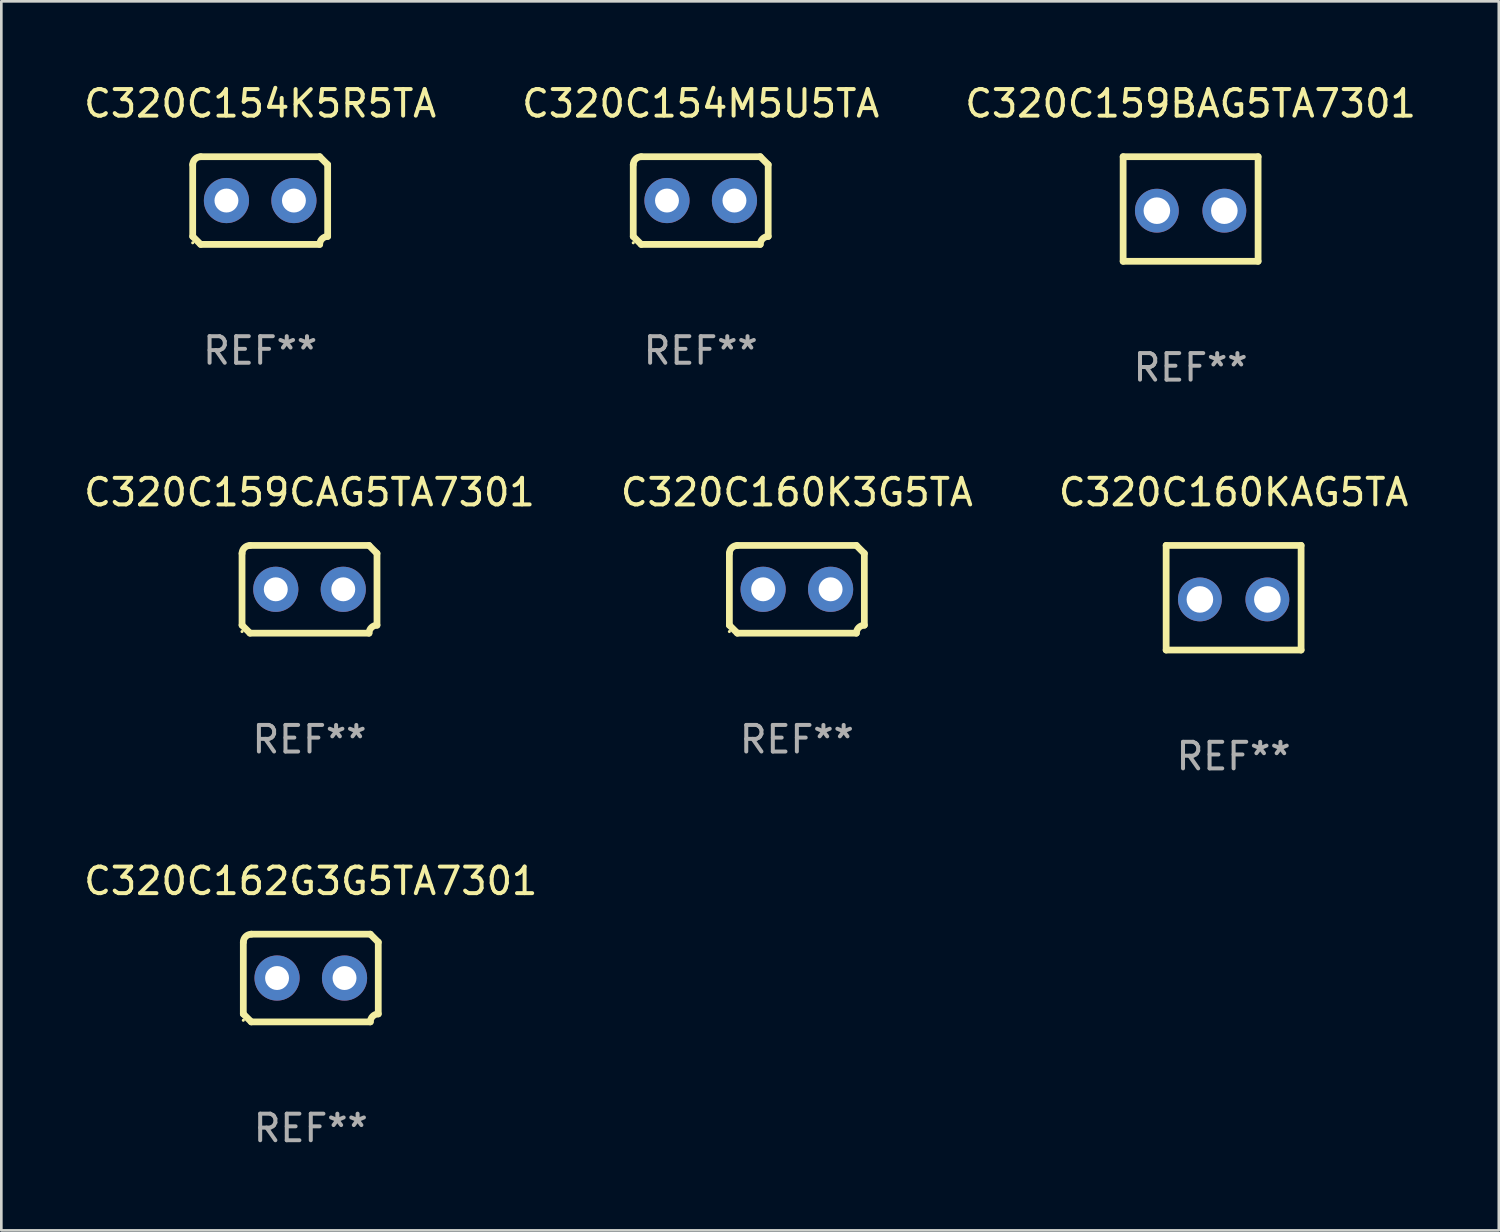
<source format=kicad_pcb>
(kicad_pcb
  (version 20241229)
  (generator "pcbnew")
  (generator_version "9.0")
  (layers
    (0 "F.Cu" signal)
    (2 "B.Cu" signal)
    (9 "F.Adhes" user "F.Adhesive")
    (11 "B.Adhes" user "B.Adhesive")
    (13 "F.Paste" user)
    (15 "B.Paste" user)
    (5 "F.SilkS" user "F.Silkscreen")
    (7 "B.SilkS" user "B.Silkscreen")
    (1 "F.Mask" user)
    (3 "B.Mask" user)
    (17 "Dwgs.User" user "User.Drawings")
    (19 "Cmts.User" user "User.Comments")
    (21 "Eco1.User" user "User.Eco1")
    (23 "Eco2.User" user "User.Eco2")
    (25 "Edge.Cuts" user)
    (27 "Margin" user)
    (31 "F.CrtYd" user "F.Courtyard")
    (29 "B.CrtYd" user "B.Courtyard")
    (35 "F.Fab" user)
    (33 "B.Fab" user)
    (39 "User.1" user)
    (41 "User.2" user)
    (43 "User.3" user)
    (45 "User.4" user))
  (footprint "C320C160K3G5TA"
    (layer "F.Cu")
    (at 26.946 19.133)
    (property "Reference" "C320C160K3G5TA" (at 0 -3.651 0) (layer "F.SilkS") (effects (font (size 1 1) (thickness 0.15))))
    (attr through_hole)
    (fp_line (start -2.54 -1.351) (end -2.54 1.351) (stroke (width 0.254) (type solid)) (layer "F.SilkS"))
    (fp_line (start -2.24 -1.651) (end 2.24 -1.651) (stroke (width 0.254) (type solid)) (layer "F.SilkS"))
    (fp_line (start 2.24 1.651) (end -2.24 1.651) (stroke (width 0.254) (type solid)) (layer "F.SilkS"))
    (fp_line (start 2.54 1.351) (end 2.54 -1.351) (stroke (width 0.254) (type solid)) (layer "F.SilkS"))
    (fp_arc (start -2.540005 -1.351283) (mid -2.450115 -1.561309) (end -2.240005 -1.651003) (stroke (width 0.254001) (type solid)) (layer "F.SilkS"))
    (fp_arc (start -2.240287 1.651001) (mid -2.390163 1.501019) (end -2.540005 1.351003) (stroke (width 0.254001) (type solid)) (layer "F.SilkS"))
    (fp_arc (start 2.240005 1.651003) (mid 2.329934 1.441015) (end 2.540005 1.351282) (stroke (width 0.254001) (type solid)) (layer "F.SilkS"))
    (fp_arc (start 2.540005 -1.351003) (mid 2.389393 -1.500252) (end 2.240284 -1.651003) (stroke (width 0.254001) (type solid)) (layer "F.SilkS"))
    (fp_circle (center -2.54 1.59) (end -2.51 1.59) (stroke (width 0.06) (type solid)) (fill no) (layer "F.SilkS"))
    (fp_text user "REF**" (at 0 5.651 0) (layer "F.Fab") (effects (font (size 1 1) (thickness 0.15))))
    (pad "1" thru_hole circle (at -1.27 0) (size 1.7 1.7) (drill 0.9) (layers "*.Cu" "*.Mask"))
    (pad "2" thru_hole circle (at 1.27 0) (size 1.7 1.7) (drill 0.9) (layers "*.Cu" "*.Mask")))
  (footprint "C320C154M5U5TA"
    (layer "F.Cu")
    (at 23.327 4.499)
    (property "Reference" "C320C154M5U5TA" (at 0 -3.651 0) (layer "F.SilkS") (effects (font (size 1 1) (thickness 0.15))))
    (attr through_hole)
    (fp_line (start -2.54 -1.351) (end -2.54 1.351) (stroke (width 0.254) (type solid)) (layer "F.SilkS"))
    (fp_line (start -2.24 -1.651) (end 2.24 -1.651) (stroke (width 0.254) (type solid)) (layer "F.SilkS"))
    (fp_line (start 2.24 1.651) (end -2.24 1.651) (stroke (width 0.254) (type solid)) (layer "F.SilkS"))
    (fp_line (start 2.54 1.351) (end 2.54 -1.351) (stroke (width 0.254) (type solid)) (layer "F.SilkS"))
    (fp_arc (start -2.540005 -1.351283) (mid -2.450115 -1.561309) (end -2.240005 -1.651003) (stroke (width 0.254001) (type solid)) (layer "F.SilkS"))
    (fp_arc (start -2.240287 1.651001) (mid -2.390163 1.501019) (end -2.540005 1.351003) (stroke (width 0.254001) (type solid)) (layer "F.SilkS"))
    (fp_arc (start 2.240005 1.651003) (mid 2.329934 1.441015) (end 2.540005 1.351282) (stroke (width 0.254001) (type solid)) (layer "F.SilkS"))
    (fp_arc (start 2.540005 -1.351003) (mid 2.389393 -1.500252) (end 2.240284 -1.651003) (stroke (width 0.254001) (type solid)) (layer "F.SilkS"))
    (fp_circle (center -2.54 1.59) (end -2.51 1.59) (stroke (width 0.06) (type solid)) (fill no) (layer "F.SilkS"))
    (fp_text user "REF**" (at 0 5.651 0) (layer "F.Fab") (effects (font (size 1 1) (thickness 0.15))))
    (pad "1" thru_hole circle (at -1.27 0) (size 1.7 1.7) (drill 0.9) (layers "*.Cu" "*.Mask"))
    (pad "2" thru_hole circle (at 1.27 0) (size 1.7 1.7) (drill 0.9) (layers "*.Cu" "*.Mask")))
  (footprint "C320C159CAG5TA7301"
    (layer "F.Cu")
    (at 8.601 19.133)
    (property "Reference" "C320C159CAG5TA7301" (at 0 -3.651 0) (layer "F.SilkS") (effects (font (size 1 1) (thickness 0.15))))
    (attr through_hole)
    (fp_line (start -2.54 -1.351) (end -2.54 1.351) (stroke (width 0.254) (type solid)) (layer "F.SilkS"))
    (fp_line (start -2.24 -1.651) (end 2.24 -1.651) (stroke (width 0.254) (type solid)) (layer "F.SilkS"))
    (fp_line (start 2.24 1.651) (end -2.24 1.651) (stroke (width 0.254) (type solid)) (layer "F.SilkS"))
    (fp_line (start 2.54 1.351) (end 2.54 -1.351) (stroke (width 0.254) (type solid)) (layer "F.SilkS"))
    (fp_arc (start -2.540005 -1.351283) (mid -2.450115 -1.561309) (end -2.240005 -1.651003) (stroke (width 0.254001) (type solid)) (layer "F.SilkS"))
    (fp_arc (start -2.240287 1.651001) (mid -2.390163 1.501019) (end -2.540005 1.351003) (stroke (width 0.254001) (type solid)) (layer "F.SilkS"))
    (fp_arc (start 2.240005 1.651003) (mid 2.329934 1.441015) (end 2.540005 1.351282) (stroke (width 0.254001) (type solid)) (layer "F.SilkS"))
    (fp_arc (start 2.540005 -1.351003) (mid 2.389393 -1.500252) (end 2.240284 -1.651003) (stroke (width 0.254001) (type solid)) (layer "F.SilkS"))
    (fp_circle (center -2.54 1.59) (end -2.51 1.59) (stroke (width 0.06) (type solid)) (fill no) (layer "F.SilkS"))
    (fp_text user "REF**" (at 0 5.651 0) (layer "F.Fab") (effects (font (size 1 1) (thickness 0.15))))
    (pad "1" thru_hole circle (at -1.27 0) (size 1.7 1.7) (drill 0.9) (layers "*.Cu" "*.Mask"))
    (pad "2" thru_hole circle (at 1.27 0) (size 1.7 1.7) (drill 0.9) (layers "*.Cu" "*.Mask")))
  (footprint "C320C162G3G5TA7301"
    (layer "F.Cu")
    (at 8.649 33.766)
    (property "Reference" "C320C162G3G5TA7301" (at 0 -3.651 0) (layer "F.SilkS") (effects (font (size 1 1) (thickness 0.15))))
    (attr through_hole)
    (fp_line (start -2.54 -1.351) (end -2.54 1.351) (stroke (width 0.254) (type solid)) (layer "F.SilkS"))
    (fp_line (start -2.24 -1.651) (end 2.24 -1.651) (stroke (width 0.254) (type solid)) (layer "F.SilkS"))
    (fp_line (start 2.24 1.651) (end -2.24 1.651) (stroke (width 0.254) (type solid)) (layer "F.SilkS"))
    (fp_line (start 2.54 1.351) (end 2.54 -1.351) (stroke (width 0.254) (type solid)) (layer "F.SilkS"))
    (fp_arc (start -2.540005 -1.351283) (mid -2.450115 -1.561309) (end -2.240005 -1.651003) (stroke (width 0.254001) (type solid)) (layer "F.SilkS"))
    (fp_arc (start -2.240287 1.651001) (mid -2.390163 1.501019) (end -2.540005 1.351003) (stroke (width 0.254001) (type solid)) (layer "F.SilkS"))
    (fp_arc (start 2.240005 1.651003) (mid 2.329934 1.441015) (end 2.540005 1.351282) (stroke (width 0.254001) (type solid)) (layer "F.SilkS"))
    (fp_arc (start 2.540005 -1.351003) (mid 2.389393 -1.500252) (end 2.240284 -1.651003) (stroke (width 0.254001) (type solid)) (layer "F.SilkS"))
    (fp_circle (center -2.54 1.59) (end -2.51 1.59) (stroke (width 0.06) (type solid)) (fill no) (layer "F.SilkS"))
    (fp_text user "REF**" (at 0 5.651 0) (layer "F.Fab") (effects (font (size 1 1) (thickness 0.15))))
    (pad "1" thru_hole circle (at -1.27 0) (size 1.7 1.7) (drill 0.9) (layers "*.Cu" "*.Mask"))
    (pad "2" thru_hole circle (at 1.27 0) (size 1.7 1.7) (drill 0.9) (layers "*.Cu" "*.Mask")))
  (footprint "C320C154K5R5TA"
    (layer "F.Cu")
    (at 6.744 4.499)
    (property "Reference" "C320C154K5R5TA" (at 0 -3.651 0) (layer "F.SilkS") (effects (font (size 1 1) (thickness 0.15))))
    (attr through_hole)
    (fp_line (start -2.54 -1.351) (end -2.54 1.351) (stroke (width 0.254) (type solid)) (layer "F.SilkS"))
    (fp_line (start -2.24 -1.651) (end 2.24 -1.651) (stroke (width 0.254) (type solid)) (layer "F.SilkS"))
    (fp_line (start 2.24 1.651) (end -2.24 1.651) (stroke (width 0.254) (type solid)) (layer "F.SilkS"))
    (fp_line (start 2.54 1.351) (end 2.54 -1.351) (stroke (width 0.254) (type solid)) (layer "F.SilkS"))
    (fp_arc (start -2.540005 -1.351283) (mid -2.450115 -1.561309) (end -2.240005 -1.651003) (stroke (width 0.254001) (type solid)) (layer "F.SilkS"))
    (fp_arc (start -2.240287 1.651001) (mid -2.390163 1.501019) (end -2.540005 1.351003) (stroke (width 0.254001) (type solid)) (layer "F.SilkS"))
    (fp_arc (start 2.240005 1.651003) (mid 2.329934 1.441015) (end 2.540005 1.351282) (stroke (width 0.254001) (type solid)) (layer "F.SilkS"))
    (fp_arc (start 2.540005 -1.351003) (mid 2.389393 -1.500252) (end 2.240284 -1.651003) (stroke (width 0.254001) (type solid)) (layer "F.SilkS"))
    (fp_circle (center -2.54 1.59) (end -2.51 1.59) (stroke (width 0.06) (type solid)) (fill no) (layer "F.SilkS"))
    (fp_text user "REF**" (at 0 5.651 0) (layer "F.Fab") (effects (font (size 1 1) (thickness 0.15))))
    (pad "1" thru_hole circle (at -1.27 0) (size 1.7 1.7) (drill 0.9) (layers "*.Cu" "*.Mask"))
    (pad "2" thru_hole circle (at 1.27 0) (size 1.7 1.7) (drill 0.9) (layers "*.Cu" "*.Mask")))
  (footprint "C320C159BAG5TA7301"
    (layer "F.Cu")
    (at 41.768 4.817)
    (property "Reference" "C320C159BAG5TA7301" (at 0 -3.969 0) (layer "F.SilkS") (effects (font (size 1 1) (thickness 0.15))))
    (attr through_hole)
    (fp_line (start -2.54 -1.969) (end -2.54 1.969) (stroke (width 0.254) (type solid)) (layer "F.SilkS"))
    (fp_line (start -2.54 1.969) (end 2.54 1.969) (stroke (width 0.254) (type solid)) (layer "F.SilkS"))
    (fp_line (start 2.54 -1.969) (end -2.54 -1.969) (stroke (width 0.254) (type solid)) (layer "F.SilkS"))
    (fp_line (start 2.54 1.969) (end 2.54 -1.969) (stroke (width 0.254) (type solid)) (layer "F.SilkS"))
    (fp_circle (center -2.55 1.963) (end -2.52 1.963) (stroke (width 0.06) (type solid)) (fill no) (layer "F.SilkS"))
    (fp_text user "REF**" (at 0 5.969 0) (layer "F.Fab") (effects (font (size 1 1) (thickness 0.15))))
    (pad "1" thru_hole circle (at -1.27 0.064) (size 1.65 1.65) (drill 1) (layers "*.Cu" "*.Mask"))
    (pad "2" thru_hole circle (at 1.27 0.064) (size 1.65 1.65) (drill 1) (layers "*.Cu" "*.Mask")))
  (footprint "C320C160KAG5TA"
    (layer "F.Cu")
    (at 43.387 19.45)
    (property "Reference" "C320C160KAG5TA" (at 0 -3.969 0) (layer "F.SilkS") (effects (font (size 1 1) (thickness 0.15))))
    (attr through_hole)
    (fp_line (start -2.54 -1.969) (end -2.54 1.969) (stroke (width 0.254) (type solid)) (layer "F.SilkS"))
    (fp_line (start -2.54 1.969) (end 2.54 1.969) (stroke (width 0.254) (type solid)) (layer "F.SilkS"))
    (fp_line (start 2.54 -1.969) (end -2.54 -1.969) (stroke (width 0.254) (type solid)) (layer "F.SilkS"))
    (fp_line (start 2.54 1.969) (end 2.54 -1.969) (stroke (width 0.254) (type solid)) (layer "F.SilkS"))
    (fp_circle (center -2.55 1.963) (end -2.52 1.963) (stroke (width 0.06) (type solid)) (fill no) (layer "F.SilkS"))
    (fp_text user "REF**" (at 0 5.969 0) (layer "F.Fab") (effects (font (size 1 1) (thickness 0.15))))
    (pad "1" thru_hole circle (at -1.27 0.064) (size 1.65 1.65) (drill 1) (layers "*.Cu" "*.Mask"))
    (pad "2" thru_hole circle (at 1.27 0.064) (size 1.65 1.65) (drill 1) (layers "*.Cu" "*.Mask")))
  (gr_rect
    (start -3 -3)
    (end 53.369 43.266)
    (stroke (width 0.1) (type default))
    (fill no)
    (layer "Edge.Cuts")))
</source>
